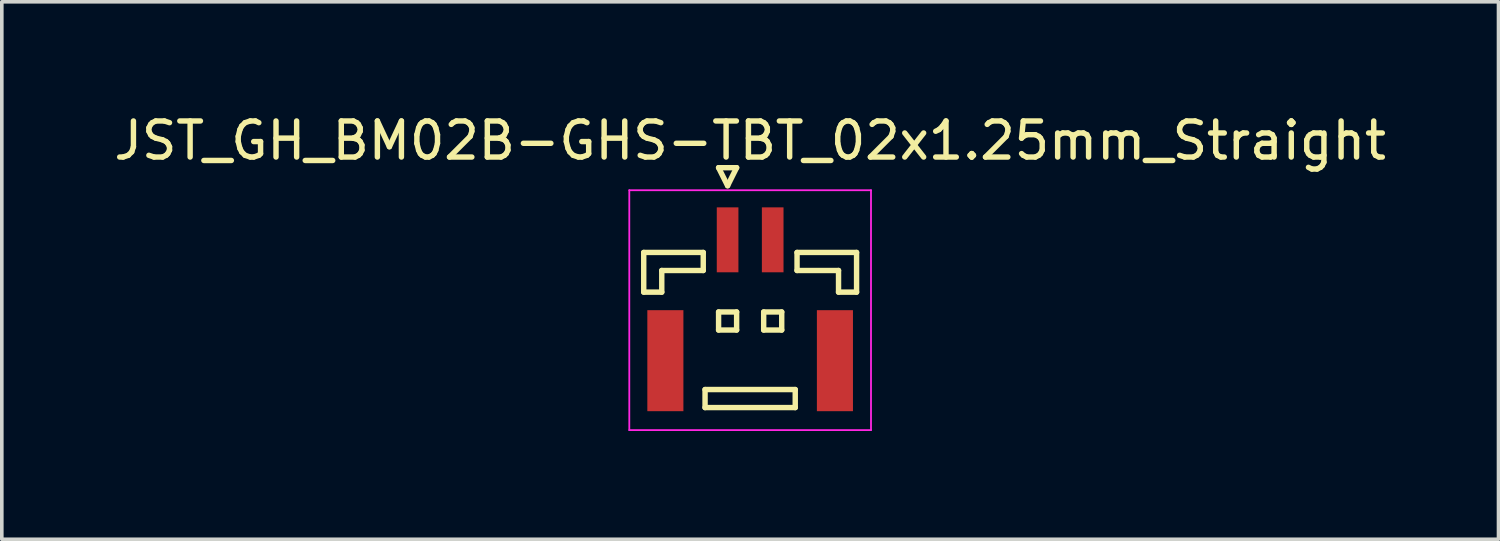
<source format=kicad_pcb>
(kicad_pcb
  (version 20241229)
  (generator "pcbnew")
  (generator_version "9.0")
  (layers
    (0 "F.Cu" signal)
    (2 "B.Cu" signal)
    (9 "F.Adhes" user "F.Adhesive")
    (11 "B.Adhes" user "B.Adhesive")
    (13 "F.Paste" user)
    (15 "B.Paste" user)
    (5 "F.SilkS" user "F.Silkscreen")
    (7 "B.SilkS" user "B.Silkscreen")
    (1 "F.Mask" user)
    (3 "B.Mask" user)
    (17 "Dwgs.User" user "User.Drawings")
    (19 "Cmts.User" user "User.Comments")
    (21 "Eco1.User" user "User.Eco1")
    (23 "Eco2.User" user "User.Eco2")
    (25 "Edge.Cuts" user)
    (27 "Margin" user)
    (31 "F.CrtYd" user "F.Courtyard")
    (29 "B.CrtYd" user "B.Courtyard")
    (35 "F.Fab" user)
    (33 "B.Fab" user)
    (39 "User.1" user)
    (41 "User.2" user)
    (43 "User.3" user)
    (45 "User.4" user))
  (footprint "JST_GH_BM02B-GHS-TBT_02x1.25mm_Straight"
    (layer "F.Cu")
    (at 17.744 5.273)
    (property "Reference" "JST_GH_BM02B-GHS-TBT_02x1.25mm_Straight" (at 0 -4.425 0) (layer "F.SilkS") (effects (font (size 1 1) (thickness 0.15))))
    (attr smd)
    (fp_line (start -2.95 -1.325) (end -1.3 -1.325) (stroke (width 0.15) (type solid)) (layer "F.SilkS"))
    (fp_line (start -2.95 -0.225) (end -2.95 -1.325) (stroke (width 0.15) (type solid)) (layer "F.SilkS"))
    (fp_line (start -2.45 -0.825) (end -2.45 -0.225) (stroke (width 0.15) (type solid)) (layer "F.SilkS"))
    (fp_line (start -2.45 -0.225) (end -2.95 -0.225) (stroke (width 0.15) (type solid)) (layer "F.SilkS"))
    (fp_line (start -1.3 -1.325) (end -1.3 -0.825) (stroke (width 0.15) (type solid)) (layer "F.SilkS"))
    (fp_line (start -1.3 -0.825) (end -2.45 -0.825) (stroke (width 0.15) (type solid)) (layer "F.SilkS"))
    (fp_line (start -1.25 2.475) (end -1.25 2.975) (stroke (width 0.15) (type solid)) (layer "F.SilkS"))
    (fp_line (start -1.25 2.975) (end 1.25 2.975) (stroke (width 0.15) (type solid)) (layer "F.SilkS"))
    (fp_line (start -0.875 -3.675) (end -0.375 -3.675) (stroke (width 0.15) (type solid)) (layer "F.SilkS"))
    (fp_line (start -0.875 0.325) (end -0.875 0.825) (stroke (width 0.15) (type solid)) (layer "F.SilkS"))
    (fp_line (start -0.875 0.825) (end -0.375 0.825) (stroke (width 0.15) (type solid)) (layer "F.SilkS"))
    (fp_line (start -0.625 -3.175) (end -0.875 -3.675) (stroke (width 0.15) (type solid)) (layer "F.SilkS"))
    (fp_line (start -0.375 -3.675) (end -0.625 -3.175) (stroke (width 0.15) (type solid)) (layer "F.SilkS"))
    (fp_line (start -0.375 0.325) (end -0.875 0.325) (stroke (width 0.15) (type solid)) (layer "F.SilkS"))
    (fp_line (start -0.375 0.825) (end -0.375 0.325) (stroke (width 0.15) (type solid)) (layer "F.SilkS"))
    (fp_line (start 0.375 0.325) (end 0.375 0.825) (stroke (width 0.15) (type solid)) (layer "F.SilkS"))
    (fp_line (start 0.375 0.825) (end 0.875 0.825) (stroke (width 0.15) (type solid)) (layer "F.SilkS"))
    (fp_line (start 0.875 0.325) (end 0.375 0.325) (stroke (width 0.15) (type solid)) (layer "F.SilkS"))
    (fp_line (start 0.875 0.825) (end 0.875 0.325) (stroke (width 0.15) (type solid)) (layer "F.SilkS"))
    (fp_line (start 1.25 2.475) (end -1.25 2.475) (stroke (width 0.15) (type solid)) (layer "F.SilkS"))
    (fp_line (start 1.25 2.975) (end 1.25 2.475) (stroke (width 0.15) (type solid)) (layer "F.SilkS"))
    (fp_line (start 1.3 -1.325) (end 1.3 -0.825) (stroke (width 0.15) (type solid)) (layer "F.SilkS"))
    (fp_line (start 1.3 -0.825) (end 2.45 -0.825) (stroke (width 0.15) (type solid)) (layer "F.SilkS"))
    (fp_line (start 2.45 -0.825) (end 2.45 -0.225) (stroke (width 0.15) (type solid)) (layer "F.SilkS"))
    (fp_line (start 2.45 -0.225) (end 2.95 -0.225) (stroke (width 0.15) (type solid)) (layer "F.SilkS"))
    (fp_line (start 2.95 -1.325) (end 1.3 -1.325) (stroke (width 0.15) (type solid)) (layer "F.SilkS"))
    (fp_line (start 2.95 -0.225) (end 2.95 -1.325) (stroke (width 0.15) (type solid)) (layer "F.SilkS"))
    (fp_line (start -3.35 -3.05) (end -3.35 3.6) (stroke (width 0.05) (type solid)) (layer "F.CrtYd"))
    (fp_line (start -3.35 3.6) (end 3.35 3.6) (stroke (width 0.05) (type solid)) (layer "F.CrtYd"))
    (fp_line (start 3.35 -3.05) (end -3.35 -3.05) (stroke (width 0.05) (type solid)) (layer "F.CrtYd"))
    (fp_line (start 3.35 3.6) (end 3.35 -3.05) (stroke (width 0.05) (type solid)) (layer "F.CrtYd"))
    (pad "" smd rect (at -2.35 1.675) (size 1 2.8) (layers "F.Cu" "F.Mask" "F.Paste"))
    (pad "" smd rect (at 2.35 1.675) (size 1 2.8) (layers "F.Cu" "F.Mask" "F.Paste"))
    (pad "1" smd rect (at -0.625 -1.675) (size 0.6 1.8) (layers "F.Cu" "F.Mask" "F.Paste"))
    (pad "2" smd rect (at 0.625 -1.675) (size 0.6 1.8) (layers "F.Cu" "F.Mask" "F.Paste")))
  (gr_rect
    (start -3 -3)
    (end 38.488 11.898)
    (stroke (width 0.1) (type default))
    (fill no)
    (layer "Edge.Cuts")))
</source>
